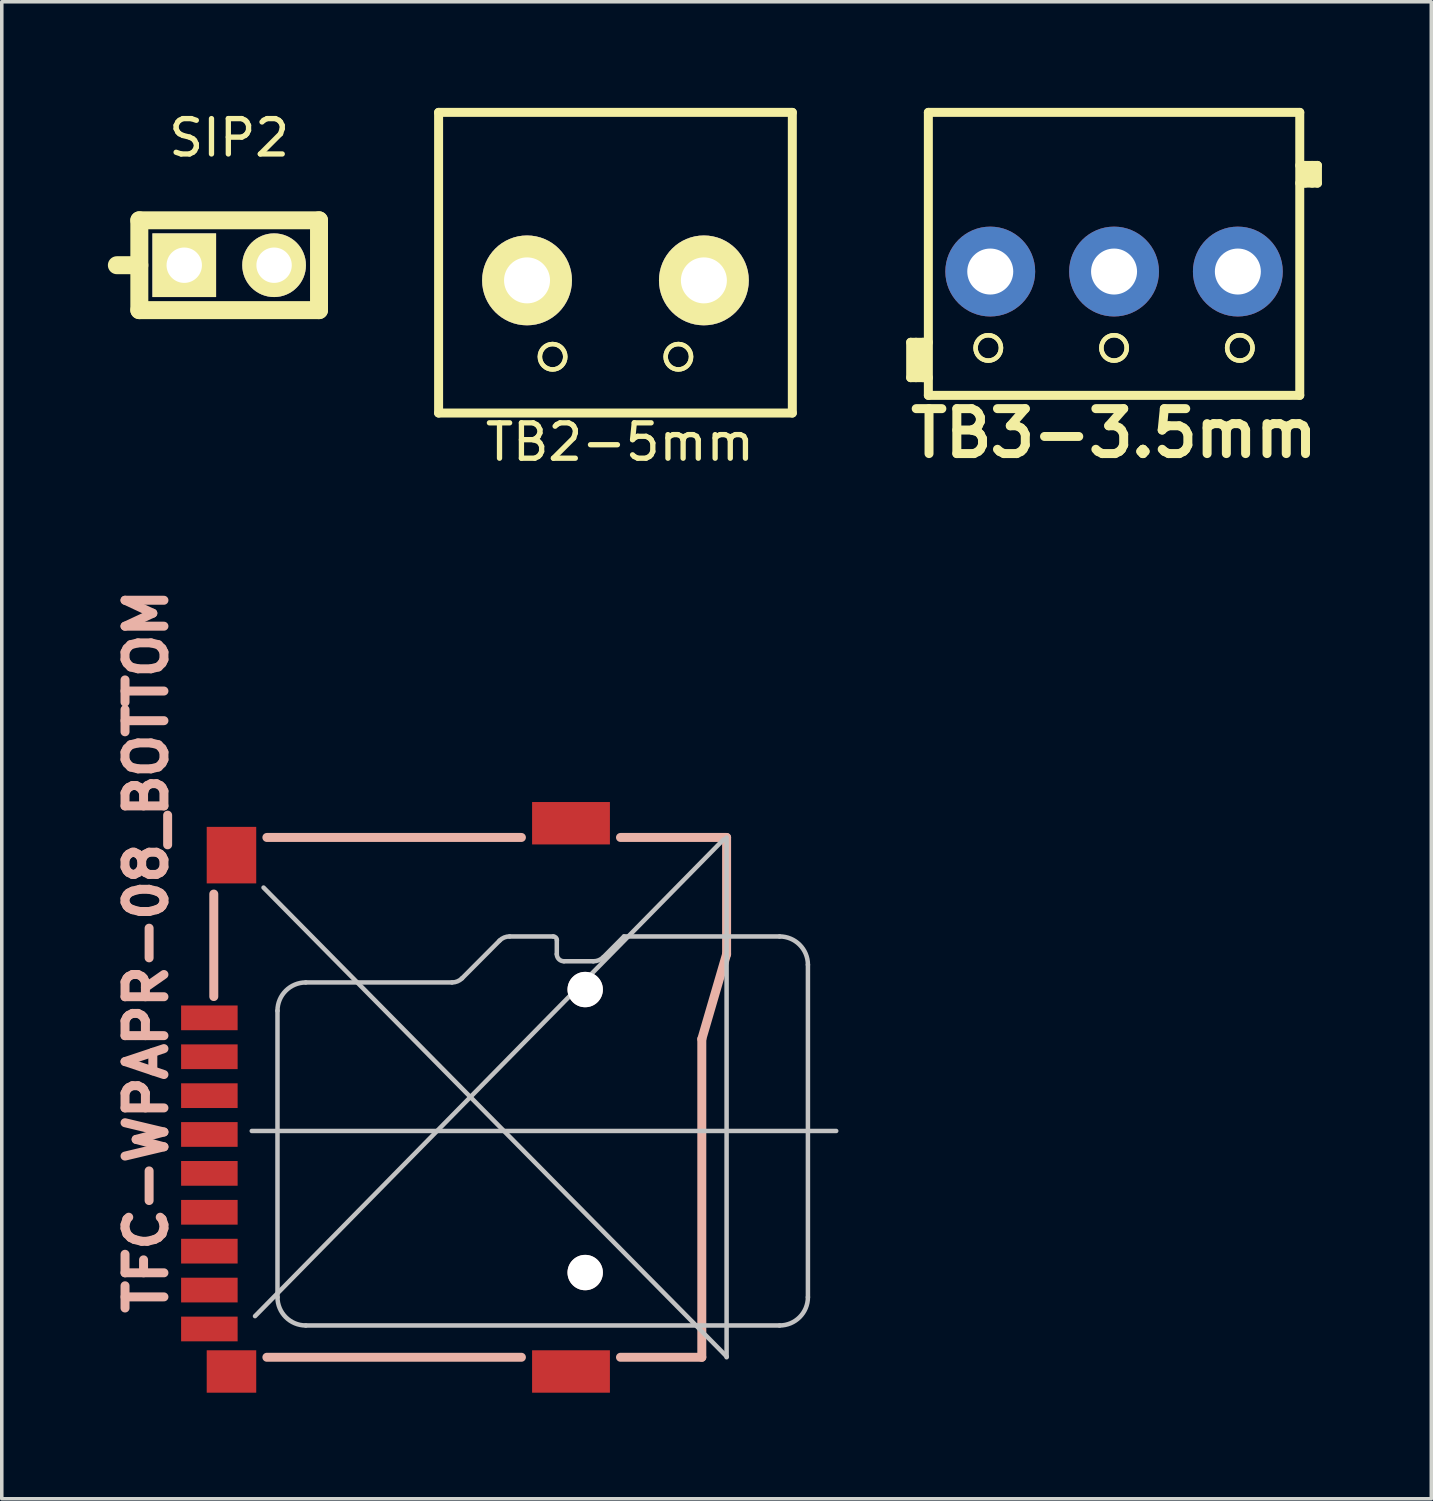
<source format=kicad_pcb>
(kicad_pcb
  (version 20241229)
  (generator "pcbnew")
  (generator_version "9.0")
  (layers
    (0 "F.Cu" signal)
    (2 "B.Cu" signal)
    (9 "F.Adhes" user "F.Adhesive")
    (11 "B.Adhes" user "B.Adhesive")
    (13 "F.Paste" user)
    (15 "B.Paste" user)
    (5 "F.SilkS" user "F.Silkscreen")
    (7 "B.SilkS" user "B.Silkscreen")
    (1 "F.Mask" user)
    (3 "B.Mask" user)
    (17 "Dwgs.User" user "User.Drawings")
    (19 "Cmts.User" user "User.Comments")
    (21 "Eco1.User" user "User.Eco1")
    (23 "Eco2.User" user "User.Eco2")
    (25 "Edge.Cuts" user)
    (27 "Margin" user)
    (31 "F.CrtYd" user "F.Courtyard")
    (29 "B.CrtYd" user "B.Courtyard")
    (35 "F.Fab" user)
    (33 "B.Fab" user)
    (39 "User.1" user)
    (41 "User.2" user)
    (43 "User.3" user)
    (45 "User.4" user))
  (footprint "SIP2"
    (layer "F.Cu")
    (at 3.429 4.448)
    (property "Reference" "SIP2" (at 0 -3.6 0) (layer "F.SilkS") (effects (font (size 1 1) (thickness 0.15))))
    (attr smd)
    (fp_line (start -3.175 0) (end -2.54 0) (stroke (width 0.508) (type solid)) (layer "F.SilkS"))
    (fp_line (start -2.54 -1.27) (end 2.54 -1.27) (stroke (width 0.508) (type solid)) (layer "F.SilkS"))
    (fp_line (start -2.54 1.27) (end -2.54 -1.27) (stroke (width 0.508) (type solid)) (layer "F.SilkS"))
    (fp_line (start 2.54 -1.27) (end 2.54 1.27) (stroke (width 0.508) (type solid)) (layer "F.SilkS"))
    (fp_line (start 2.54 1.27) (end -2.54 1.27) (stroke (width 0.508) (type solid)) (layer "F.SilkS"))
    (pad "1" thru_hole rect (at -1.27 0 90) (size 1.8 1.8) (drill 1) (layers "*.Cu" "*.Mask" "F.SilkS"))
    (pad "2" thru_hole circle (at 1.27 0 90) (size 1.8 1.8) (drill 1) (layers "*.Cu" "*.Mask" "F.SilkS")))
  (footprint "TB3-3.5mm"
    (layer "F.Cu")
    (at 28.446 4.627)
    (property "Reference" "TB3-3.5mm" (at 0 4.572 0) (layer "F.SilkS") (effects (font (size 1.27 1.27) (thickness 0.254))))
    (attr smd)
    (fp_line (start -5.75 2) (end -5.75 3) (stroke (width 0.254) (type solid)) (layer "F.SilkS"))
    (fp_line (start -5.75 2) (end -5.25 2) (stroke (width 0.254) (type solid)) (layer "F.SilkS"))
    (fp_line (start -5.75 3) (end -5.25 3) (stroke (width 0.254) (type solid)) (layer "F.SilkS"))
    (fp_line (start -5.6 2) (end -5.6 3) (stroke (width 0.254) (type solid)) (layer "F.SilkS"))
    (fp_line (start -5.4 2) (end -5.4 3) (stroke (width 0.254) (type solid)) (layer "F.SilkS"))
    (fp_line (start -5.25 -4.5) (end 5.25 -4.5) (stroke (width 0.254) (type solid)) (layer "F.SilkS"))
    (fp_line (start -5.25 3.5) (end -5.25 -4.5) (stroke (width 0.254) (type solid)) (layer "F.SilkS"))
    (fp_line (start 5.25 -3) (end 5.75 -3) (stroke (width 0.254) (type solid)) (layer "F.SilkS"))
    (fp_line (start 5.25 3.5) (end -5.25 3.5) (stroke (width 0.254) (type solid)) (layer "F.SilkS"))
    (fp_line (start 5.25 3.5) (end 5.25 -4.5) (stroke (width 0.254) (type solid)) (layer "F.SilkS"))
    (fp_line (start 5.4 -3) (end 5.4 -2.5) (stroke (width 0.254) (type solid)) (layer "F.SilkS"))
    (fp_line (start 5.6 -3) (end 5.6 -2.5) (stroke (width 0.254) (type solid)) (layer "F.SilkS"))
    (fp_line (start 5.75 -3) (end 5.75 -2.5) (stroke (width 0.254) (type solid)) (layer "F.SilkS"))
    (fp_line (start 5.75 -2.5) (end 5.25 -2.5) (stroke (width 0.254) (type solid)) (layer "F.SilkS"))
    (fp_circle (center -3.556 2.159) (end -3.302 2.413) (stroke (width 0.127) (type solid)) (fill no) (layer "F.SilkS"))
    (fp_circle (center -3.556 2.159) (end -3.302 2.413) (stroke (width 0.127) (type solid)) (fill no) (layer "F.SilkS"))
    (fp_circle (center 0 2.159) (end 0.254 2.413) (stroke (width 0.127) (type solid)) (fill no) (layer "F.SilkS"))
    (fp_circle (center 0 2.159) (end 0.254 2.413) (stroke (width 0.127) (type solid)) (fill no) (layer "F.SilkS"))
    (fp_circle (center 3.556 2.159) (end 3.81 2.413) (stroke (width 0.127) (type solid)) (fill no) (layer "F.SilkS"))
    (fp_circle (center 3.556 2.159) (end 3.81 2.413) (stroke (width 0.127) (type solid)) (fill no) (layer "F.SilkS"))
    (pad "1" thru_hole circle (at -3.5 0) (size 2.54 2.54) (drill 1.3) (layers "*.Cu" "*.Mask"))
    (pad "2" thru_hole circle (at 0 0) (size 2.54 2.54) (drill 1.3) (layers "*.Cu" "*.Mask"))
    (pad "3" thru_hole circle (at 3.5 0) (size 2.54 2.54) (drill 1.3) (layers "*.Cu" "*.Mask")))
  (footprint "TB2-5mm"
    (layer "F.Cu")
    (at 14.35 4.877)
    (property "Reference" "TB2-5mm" (at 0.127 4.572 0) (layer "F.SilkS") (effects (font (size 1 1) (thickness 0.15))))
    (attr smd)
    (fp_line (start -5 -4.75) (end 5 -4.75) (stroke (width 0.254) (type solid)) (layer "F.SilkS"))
    (fp_line (start -5 3.75) (end -5 -4.75) (stroke (width 0.254) (type solid)) (layer "F.SilkS"))
    (fp_line (start 5 3.75) (end -5 3.75) (stroke (width 0.254) (type solid)) (layer "F.SilkS"))
    (fp_line (start 5 3.75) (end 5 -4.75) (stroke (width 0.254) (type solid)) (layer "F.SilkS"))
    (fp_circle (center -1.778 2.159) (end -1.524 2.413) (stroke (width 0.127) (type solid)) (fill no) (layer "F.SilkS"))
    (fp_circle (center -1.778 2.159) (end -1.524 2.413) (stroke (width 0.127) (type solid)) (fill no) (layer "F.SilkS"))
    (fp_circle (center 1.778 2.159) (end 2.032 2.413) (stroke (width 0.127) (type solid)) (fill no) (layer "F.SilkS"))
    (fp_circle (center 1.778 2.159) (end 2.032 2.413) (stroke (width 0.127) (type solid)) (fill no) (layer "F.SilkS"))
    (pad "1" thru_hole circle (at -2.5 0) (size 2.54 2.54) (drill 1.3) (layers "*.Cu" "*.Mask" "F.SilkS"))
    (pad "2" thru_hole circle (at 2.5 0) (size 2.54 2.54) (drill 1.3) (layers "*.Cu" "*.Mask" "F.SilkS")))
  (footprint "TFC-WPAPR-08_BOTTOM"
    (layer "B.Cu")
    (at 10.243 27.974)
    (property "Reference" "TFC-WPAPR-08_BOTTOM" (at -9.154 -4.128 90) (layer "B.SilkS") (effects (font (size 1.1 1.1) (thickness 0.254))))
    (attr smd)
    (fp_line (start -7.249 -2.85) (end -7.249 -5.748) (stroke (width 0.254) (type solid)) (layer "B.SilkS"))
    (fp_line (start -5.748 -7.348) (end 1.448 -7.348) (stroke (width 0.254) (type solid)) (layer "B.SilkS"))
    (fp_line (start -5.748 7.348) (end 1.448 7.348) (stroke (width 0.254) (type solid)) (layer "B.SilkS"))
    (fp_line (start 4.249 -7.348) (end 7.249 -7.348) (stroke (width 0.254) (type solid)) (layer "B.SilkS"))
    (fp_line (start 4.249 7.348) (end 6.548 7.348) (stroke (width 0.254) (type solid)) (layer "B.SilkS"))
    (fp_line (start 6.548 -1.648) (end 6.548 7.348) (stroke (width 0.254) (type solid)) (layer "B.SilkS"))
    (fp_line (start 7.249 -7.348) (end 7.249 -4.049) (stroke (width 0.254) (type solid)) (layer "B.SilkS"))
    (fp_line (start 7.249 -4.049) (end 6.548 -1.648) (stroke (width 0.254) (type solid)) (layer "B.SilkS"))
    (fp_line (start -6.175 0.95) (end 10.348 0.95) (stroke (width 0.127) (type solid)) (layer "Dwgs.User"))
    (fp_line (start -6.083 6.185) (end 7.163 -7.29) (stroke (width 0.127) (type solid)) (layer "Dwgs.User"))
    (fp_line (start -5.842 -5.931) (end 7.252 7.328) (stroke (width 0.127) (type solid)) (layer "Dwgs.User"))
    (fp_line (start -5.448 5.649) (end -5.448 -2.449) (stroke (width 0.127) (type solid)) (layer "Dwgs.User"))
    (fp_line (start -4.648 -3.249) (end -0.516 -3.249) (stroke (width 0.127) (type solid)) (layer "Dwgs.User"))
    (fp_line (start -0.231 -3.365) (end 0.831 -4.432) (stroke (width 0.127) (type solid)) (layer "Dwgs.User"))
    (fp_line (start 1.115 -4.549) (end 2.349 -4.549) (stroke (width 0.127) (type solid)) (layer "Dwgs.User"))
    (fp_line (start 2.449 -4.448) (end 2.449 -4.049) (stroke (width 0.127) (type solid)) (layer "Dwgs.User"))
    (fp_line (start 2.649 -3.848) (end 3.482 -3.848) (stroke (width 0.127) (type solid)) (layer "Dwgs.User"))
    (fp_line (start 3.767 -3.965) (end 4.348 -4.549) (stroke (width 0.127) (type solid)) (layer "Dwgs.User"))
    (fp_line (start 4.348 -4.549) (end 8.748 -4.549) (stroke (width 0.127) (type solid)) (layer "Dwgs.User"))
    (fp_line (start 7.249 -7.348) (end 7.249 7.348) (stroke (width 0.127) (type solid)) (layer "Dwgs.User"))
    (fp_line (start 8.748 6.449) (end -4.648 6.449) (stroke (width 0.127) (type solid)) (layer "Dwgs.User"))
    (fp_line (start 9.548 -3.749) (end 9.548 5.649) (stroke (width 0.127) (type solid)) (layer "Dwgs.User"))
    (fp_arc (start -5.4483 -2.44856) (mid -5.213956 -3.014316) (end -4.6482 -3.24866) (stroke (width 0.127) (type solid)) (layer "Dwgs.User"))
    (fp_arc (start -4.6482 6.44906) (mid -5.213956 6.214716) (end -5.4483 5.64896) (stroke (width 0.127) (type solid)) (layer "Dwgs.User"))
    (fp_arc (start -0.23114 -3.3655) (mid -0.360495 -3.279068) (end -0.51308 -3.248717) (stroke (width 0.127) (type solid)) (layer "Dwgs.User"))
    (fp_arc (start 0.83058 -4.4323) (mid 0.960776 -4.519377) (end 1.114358 -4.550135) (stroke (width 0.127) (type solid)) (layer "Dwgs.User"))
    (fp_arc (start 2.3495 -4.54914) (mid 2.421342 -4.519382) (end 2.4511 -4.44754) (stroke (width 0.127) (type solid)) (layer "Dwgs.User"))
    (fp_arc (start 2.64922 -3.8481) (mid 2.507332 -3.906872) (end 2.44856 -4.04876) (stroke (width 0.127) (type solid)) (layer "Dwgs.User"))
    (fp_arc (start 3.76682 -3.96494) (mid 3.636299 -3.877729) (end 3.48234 -3.847105) (stroke (width 0.127) (type solid)) (layer "Dwgs.User"))
    (fp_arc (start 8.74776 -4.54914) (mid 9.313516 -4.314796) (end 9.54786 -3.74904) (stroke (width 0.127) (type solid)) (layer "Dwgs.User"))
    (fp_arc (start 9.54786 5.64896) (mid 9.313516 6.214716) (end 8.74776 6.44906) (stroke (width 0.127) (type solid)) (layer "Dwgs.User"))
    (pad "" np_thru_hole circle (at 3.251 -3.048) (size 1 1) (drill 1) (layers "*.Cu" "*.Mask" "B.SilkS"))
    (pad "" np_thru_hole circle (at 3.251 4.953) (size 1 1) (drill 1) (layers "*.Cu" "*.Mask" "B.SilkS"))
    (pad "1" smd rect (at -7.374 -2.248 270) (size 0.699 1.598) (layers "F.Cu" "B.Mask" "B.Paste"))
    (pad "2" smd rect (at -7.374 -1.148 270) (size 0.699 1.598) (layers "F.Cu" "B.Mask" "B.Paste"))
    (pad "3" smd rect (at -7.374 -0.048 270) (size 0.699 1.598) (layers "F.Cu" "B.Mask" "B.Paste"))
    (pad "4" smd rect (at -7.374 1.049 270) (size 0.699 1.598) (layers "F.Cu" "B.Mask" "B.Paste"))
    (pad "5" smd rect (at -7.374 2.149 270) (size 0.699 1.598) (layers "F.Cu" "B.Mask" "B.Paste"))
    (pad "6" smd rect (at -7.374 3.249 270) (size 0.699 1.598) (layers "F.Cu" "B.Mask" "B.Paste"))
    (pad "7" smd rect (at -7.374 4.348 270) (size 0.699 1.598) (layers "F.Cu" "B.Mask" "B.Paste"))
    (pad "8" smd rect (at -7.374 5.448 270) (size 0.699 1.598) (layers "F.Cu" "B.Mask" "B.Paste"))
    (pad "9" smd rect (at -7.374 6.548 270) (size 0.699 1.598) (layers "F.Cu" "B.Mask" "B.Paste"))
    (pad "10" smd rect (at -6.749 7.75 270) (size 1.199 1.4) (layers "F.Cu" "B.Mask" "B.Paste"))
    (pad "11" smd rect (at -6.749 -6.848 270) (size 1.598 1.4) (layers "F.Cu" "B.Mask" "B.Paste"))
    (pad "12" smd rect (at 2.85 7.75 270) (size 1.199 2.2) (layers "F.Cu" "B.Mask" "B.Paste"))
    (pad "13" smd rect (at 2.85 -7.75 270) (size 1.199 2.2) (layers "F.Cu" "B.Mask" "B.Paste")))
  (gr_rect
    (start -3 -3)
    (end 37.415 39.323)
    (stroke (width 0.1) (type default))
    (fill no)
    (layer "Edge.Cuts")))
</source>
